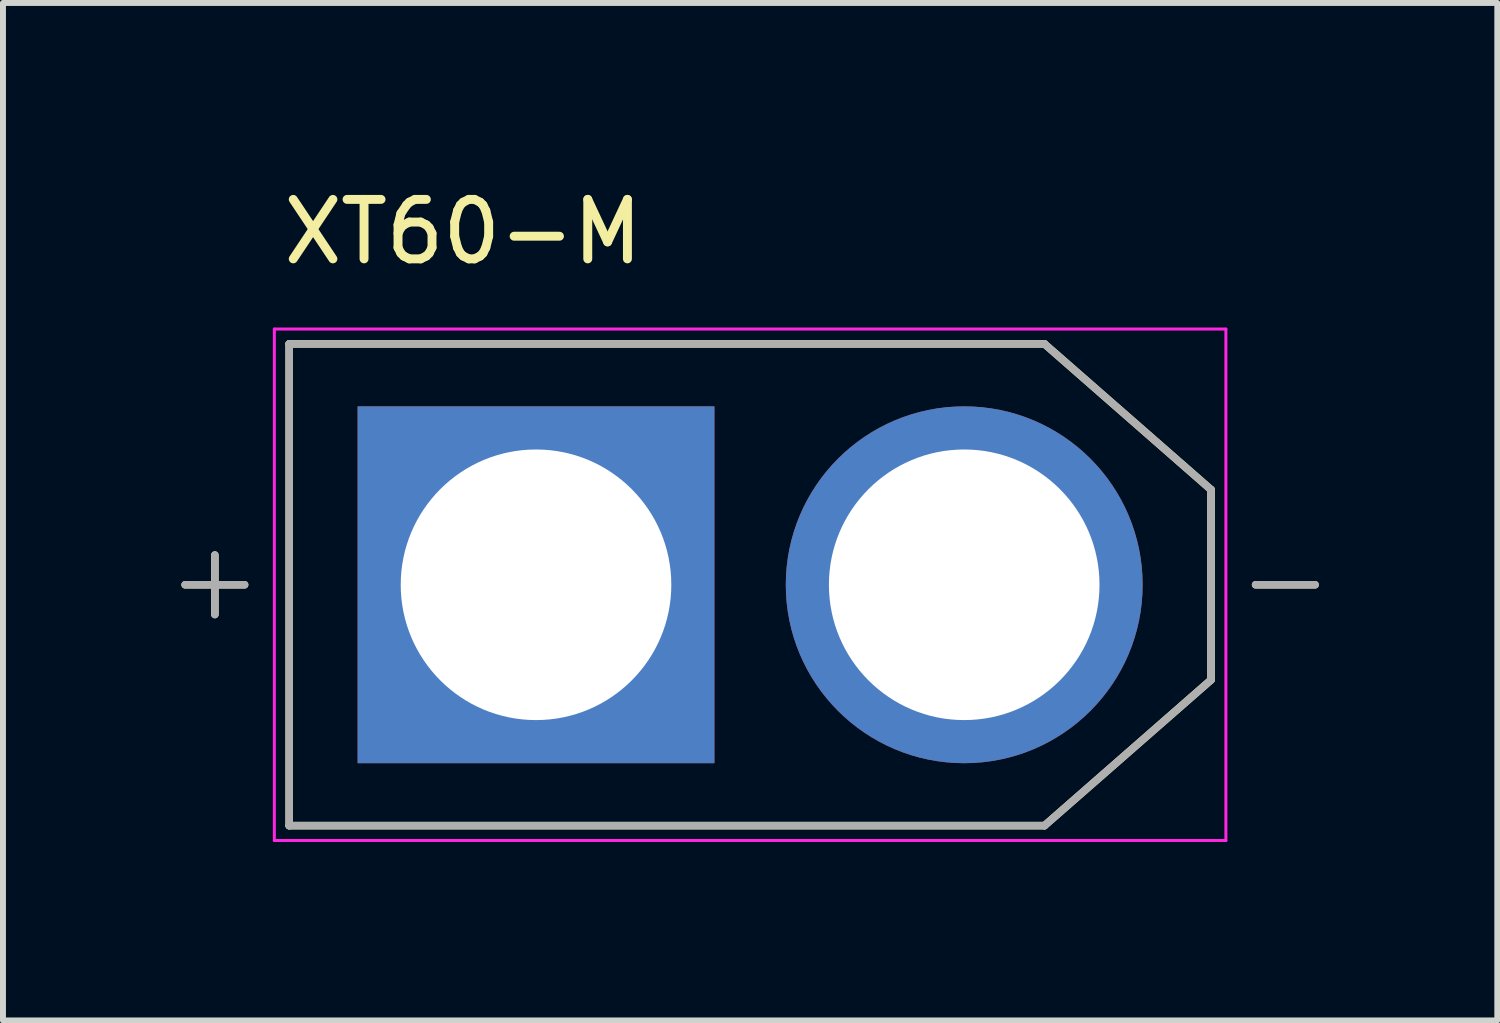
<source format=kicad_pcb>
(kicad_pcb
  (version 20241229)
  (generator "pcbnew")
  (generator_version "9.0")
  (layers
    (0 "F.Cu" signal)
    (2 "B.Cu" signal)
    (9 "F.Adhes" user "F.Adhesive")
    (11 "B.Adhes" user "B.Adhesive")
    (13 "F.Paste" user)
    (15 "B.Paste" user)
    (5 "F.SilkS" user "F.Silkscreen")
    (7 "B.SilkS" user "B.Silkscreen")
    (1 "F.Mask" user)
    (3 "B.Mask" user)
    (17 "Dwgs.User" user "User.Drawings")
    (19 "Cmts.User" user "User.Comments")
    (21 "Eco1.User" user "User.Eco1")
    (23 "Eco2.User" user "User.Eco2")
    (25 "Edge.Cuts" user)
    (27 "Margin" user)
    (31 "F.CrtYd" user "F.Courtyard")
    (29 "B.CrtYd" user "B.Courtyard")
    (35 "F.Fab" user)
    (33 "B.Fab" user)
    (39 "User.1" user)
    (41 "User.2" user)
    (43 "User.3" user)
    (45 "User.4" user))
  (footprint "XT60-M"
    (layer "F.Cu")
    (at 9.563 6.783)
    (property "Reference" "XT60-M" (at -4.825 -5.935 0) (layer "F.SilkS") (effects (font (size 1 1) (thickness 0.15))))
    (attr through_hole)
    (fp_line (start -9.5 0) (end -8.5 0) (stroke (width 0.127) (type solid)) (layer "F.SilkS"))
    (fp_line (start -9 -0.5) (end -9 0.5) (stroke (width 0.127) (type solid)) (layer "F.SilkS"))
    (fp_line (start -7.75 -4.05) (end 4.95 -4.05) (stroke (width 0.127) (type solid)) (layer "F.SilkS"))
    (fp_line (start -7.75 4.05) (end -7.75 -4.05) (stroke (width 0.127) (type solid)) (layer "F.SilkS"))
    (fp_line (start 4.95 -4.05) (end 7.75 -1.6) (stroke (width 0.127) (type solid)) (layer "F.SilkS"))
    (fp_line (start 4.95 4.05) (end -7.75 4.05) (stroke (width 0.127) (type solid)) (layer "F.SilkS"))
    (fp_line (start 7.75 -1.6) (end 7.75 1.6) (stroke (width 0.127) (type solid)) (layer "F.SilkS"))
    (fp_line (start 7.75 1.6) (end 4.95 4.05) (stroke (width 0.127) (type solid)) (layer "F.SilkS"))
    (fp_line (start 8.5 0) (end 9.5 0) (stroke (width 0.127) (type solid)) (layer "F.SilkS"))
    (fp_line (start -8 -4.3) (end -8 4.3) (stroke (width 0.05) (type solid)) (layer "F.CrtYd"))
    (fp_line (start -8 4.3) (end 8 4.3) (stroke (width 0.05) (type solid)) (layer "F.CrtYd"))
    (fp_line (start 8 -4.3) (end -8 -4.3) (stroke (width 0.05) (type solid)) (layer "F.CrtYd"))
    (fp_line (start 8 4.3) (end 8 -4.3) (stroke (width 0.05) (type solid)) (layer "F.CrtYd"))
    (fp_line (start -9.5 0) (end -8.5 0) (stroke (width 0.127) (type solid)) (layer "F.Fab"))
    (fp_line (start -9 -0.5) (end -9 0.5) (stroke (width 0.127) (type solid)) (layer "F.Fab"))
    (fp_line (start -7.75 -4.05) (end 4.95 -4.05) (stroke (width 0.127) (type solid)) (layer "F.Fab"))
    (fp_line (start -7.75 4.05) (end -7.75 -4.05) (stroke (width 0.127) (type solid)) (layer "F.Fab"))
    (fp_line (start 4.95 -4.05) (end 7.75 -1.6) (stroke (width 0.127) (type solid)) (layer "F.Fab"))
    (fp_line (start 4.95 4.05) (end -7.75 4.05) (stroke (width 0.127) (type solid)) (layer "F.Fab"))
    (fp_line (start 7.75 -1.6) (end 7.75 1.6) (stroke (width 0.127) (type solid)) (layer "F.Fab"))
    (fp_line (start 7.75 1.6) (end 4.95 4.05) (stroke (width 0.127) (type solid)) (layer "F.Fab"))
    (fp_line (start 8.5 0) (end 9.5 0) (stroke (width 0.127) (type solid)) (layer "F.Fab"))
    (pad "N" thru_hole circle (at 3.6 0) (size 6 6) (drill 4.55) (layers "*.Cu" "*.Mask"))
    (pad "P" thru_hole rect (at -3.6 0) (size 6 6) (drill 4.55) (layers "*.Cu" "*.Mask")))
  (gr_rect
    (start -3 -3)
    (end 22.127 14.108)
    (stroke (width 0.1) (type default))
    (fill no)
    (layer "Edge.Cuts")))
</source>
